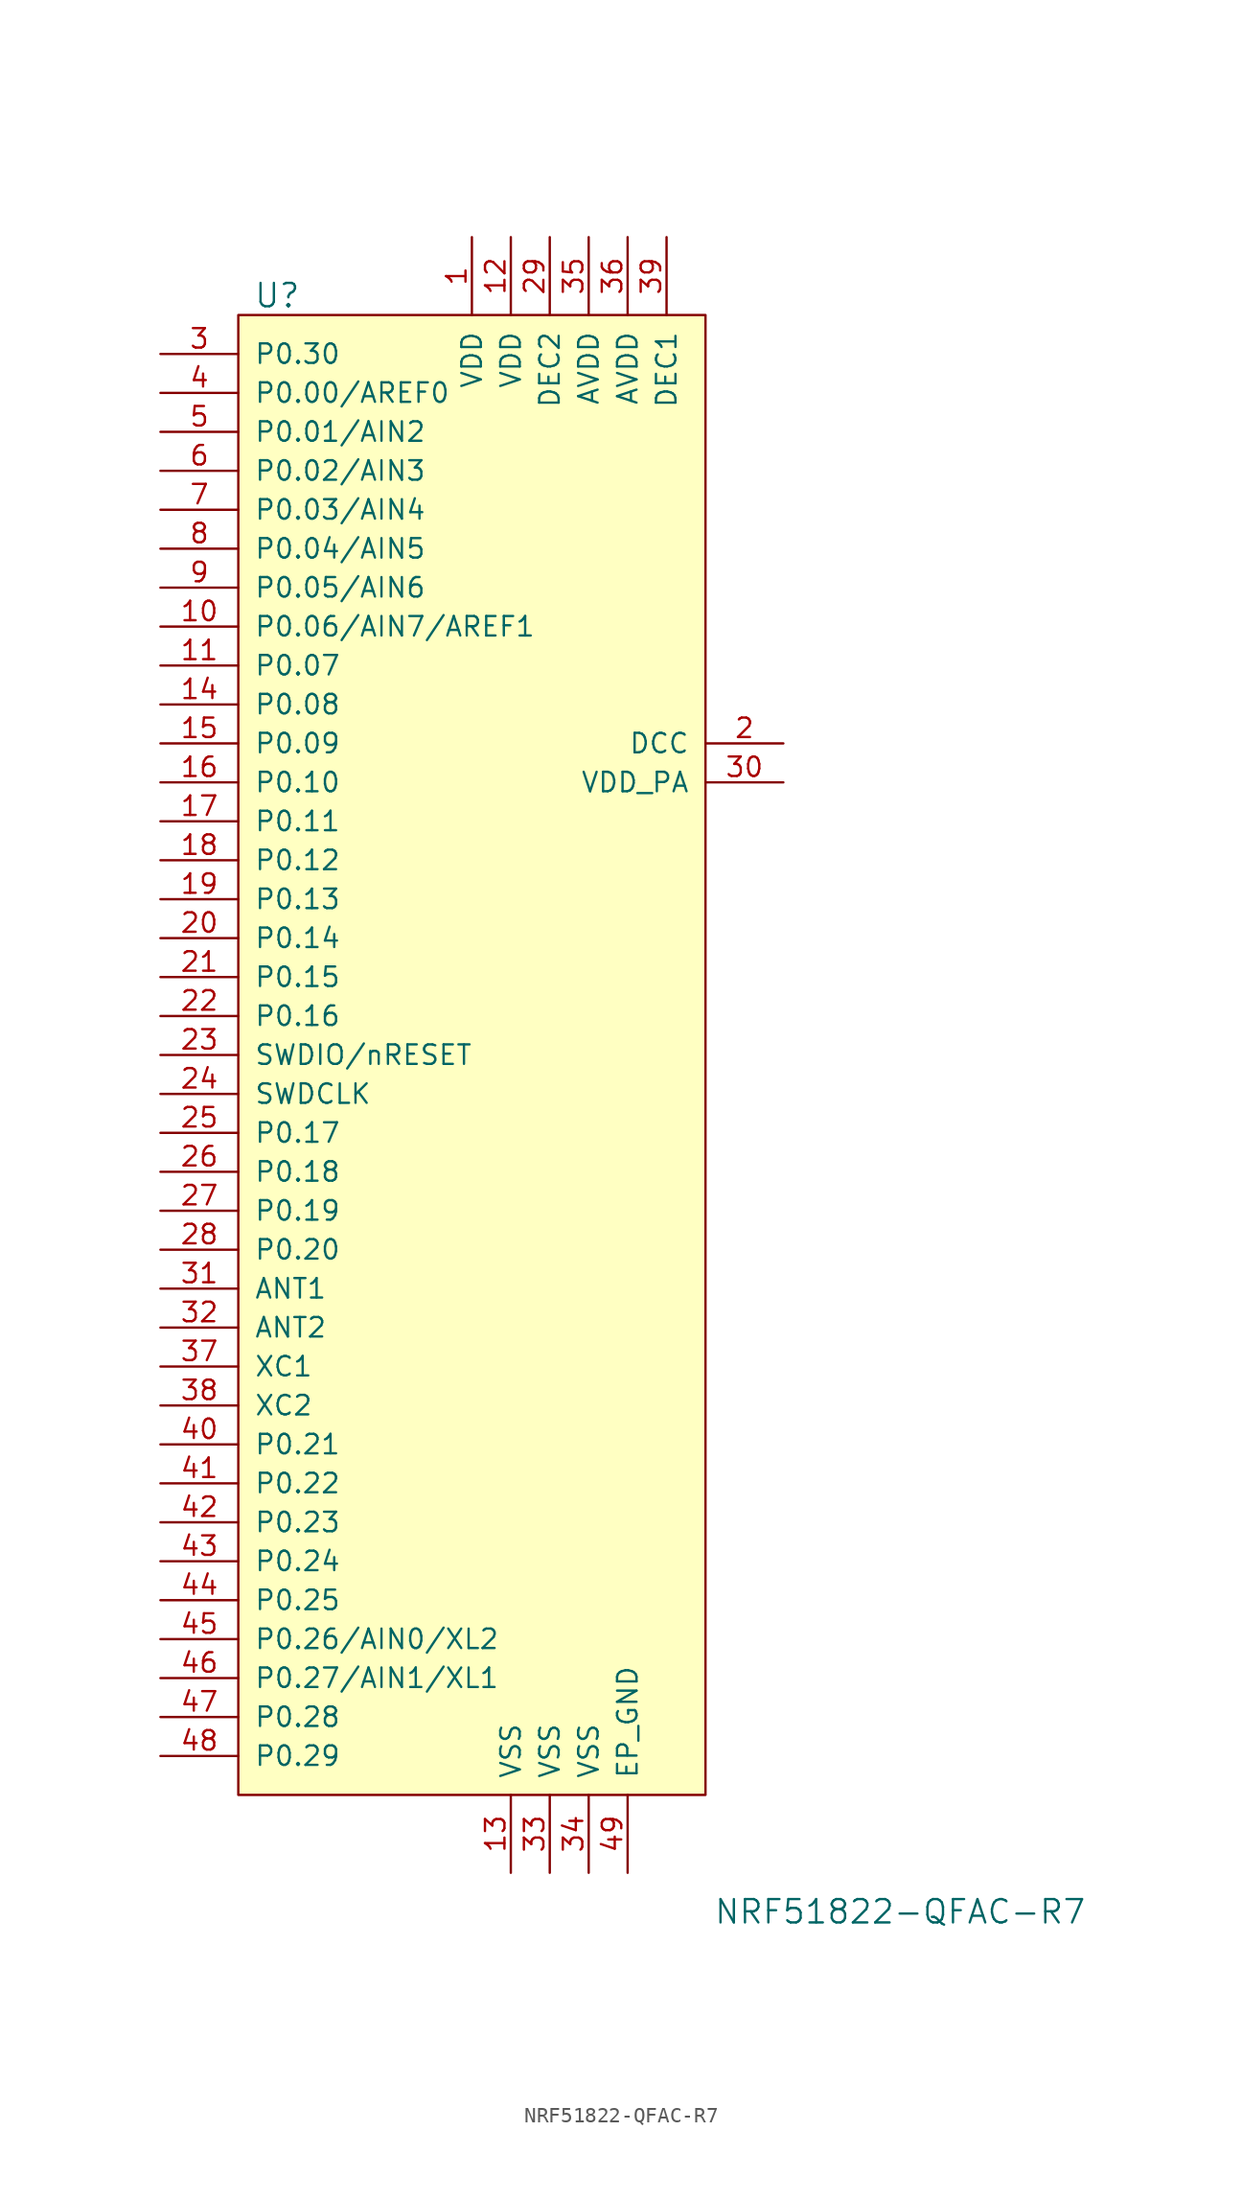
<source format=kicad_sym>
(kicad_symbol_lib
  (version 20220914)
  (generator kicad_symbol_editor)
  (symbol "NRF51822-QFAC-R7"
    (pin_names
      (offset 1.016))
    (property "Reference" "U"
      (at -17.78 44.45 0)
      (effects (font (size 1.524 1.524))))
    (property "Value" "NRF51822-QFAC-R7"
      (at 22.86 -60.96 0)
      (effects (font (size 1.524 1.524))))
    (symbol "NRF51822-QFAC-R7_0_1"
      (rectangle (start -20.32 43.18) (end 10.16 -53.34) (stroke (width 0) (type solid)) (fill (type background))))
    (symbol "NRF51822-QFAC-R7_1_1"
      (pin power_in line (at -5.08 48.26 270) (length 5.08) (name "VDD" (effects (font (size 1.27 1.27)))) (number "1" (effects (font (size 1.27 1.27)))))
      (pin bidirectional line (at -25.4 22.86 0) (length 5.08) (name "P0.06/AIN7/AREF1" (effects (font (size 1.27 1.27)))) (number "10" (effects (font (size 1.27 1.27)))))
      (pin bidirectional line (at -25.4 20.32 0) (length 5.08) (name "P0.07" (effects (font (size 1.27 1.27)))) (number "11" (effects (font (size 1.27 1.27)))))
      (pin power_in line (at -2.54 48.26 270) (length 5.08) (name "VDD" (effects (font (size 1.27 1.27)))) (number "12" (effects (font (size 1.27 1.27)))))
      (pin power_in line (at -2.54 -58.42 90) (length 5.08) (name "VSS" (effects (font (size 1.27 1.27)))) (number "13" (effects (font (size 1.27 1.27)))))
      (pin bidirectional line (at -25.4 17.78 0) (length 5.08) (name "P0.08" (effects (font (size 1.27 1.27)))) (number "14" (effects (font (size 1.27 1.27)))))
      (pin bidirectional line (at -25.4 15.24 0) (length 5.08) (name "P0.09" (effects (font (size 1.27 1.27)))) (number "15" (effects (font (size 1.27 1.27)))))
      (pin bidirectional line (at -25.4 12.7 0) (length 5.08) (name "P0.10" (effects (font (size 1.27 1.27)))) (number "16" (effects (font (size 1.27 1.27)))))
      (pin bidirectional line (at -25.4 10.16 0) (length 5.08) (name "P0.11" (effects (font (size 1.27 1.27)))) (number "17" (effects (font (size 1.27 1.27)))))
      (pin bidirectional line (at -25.4 7.62 0) (length 5.08) (name "P0.12" (effects (font (size 1.27 1.27)))) (number "18" (effects (font (size 1.27 1.27)))))
      (pin bidirectional line (at -25.4 5.08 0) (length 5.08) (name "P0.13" (effects (font (size 1.27 1.27)))) (number "19" (effects (font (size 1.27 1.27)))))
      (pin power_out line (at 15.24 15.24 180) (length 5.08) (name "DCC" (effects (font (size 1.27 1.27)))) (number "2" (effects (font (size 1.27 1.27)))))
      (pin bidirectional line (at -25.4 2.54 0) (length 5.08) (name "P0.14" (effects (font (size 1.27 1.27)))) (number "20" (effects (font (size 1.27 1.27)))))
      (pin bidirectional line (at -25.4 0 0) (length 5.08) (name "P0.15" (effects (font (size 1.27 1.27)))) (number "21" (effects (font (size 1.27 1.27)))))
      (pin bidirectional line (at -25.4 -2.54 0) (length 5.08) (name "P0.16" (effects (font (size 1.27 1.27)))) (number "22" (effects (font (size 1.27 1.27)))))
      (pin bidirectional line (at -25.4 -5.08 0) (length 5.08) (name "SWDIO/nRESET" (effects (font (size 1.27 1.27)))) (number "23" (effects (font (size 1.27 1.27)))))
      (pin input line (at -25.4 -7.62 0) (length 5.08) (name "SWDCLK" (effects (font (size 1.27 1.27)))) (number "24" (effects (font (size 1.27 1.27)))))
      (pin bidirectional line (at -25.4 -10.16 0) (length 5.08) (name "P0.17" (effects (font (size 1.27 1.27)))) (number "25" (effects (font (size 1.27 1.27)))))
      (pin bidirectional line (at -25.4 -12.7 0) (length 5.08) (name "P0.18" (effects (font (size 1.27 1.27)))) (number "26" (effects (font (size 1.27 1.27)))))
      (pin bidirectional line (at -25.4 -15.24 0) (length 5.08) (name "P0.19" (effects (font (size 1.27 1.27)))) (number "27" (effects (font (size 1.27 1.27)))))
      (pin bidirectional line (at -25.4 -17.78 0) (length 5.08) (name "P0.20" (effects (font (size 1.27 1.27)))) (number "28" (effects (font (size 1.27 1.27)))))
      (pin power_in line (at 0 48.26 270) (length 5.08) (name "DEC2" (effects (font (size 1.27 1.27)))) (number "29" (effects (font (size 1.27 1.27)))))
      (pin bidirectional line (at -25.4 40.64 0) (length 5.08) (name "P0.30" (effects (font (size 1.27 1.27)))) (number "3" (effects (font (size 1.27 1.27)))))
      (pin power_out line (at 15.24 12.7 180) (length 5.08) (name "VDD_PA" (effects (font (size 1.27 1.27)))) (number "30" (effects (font (size 1.27 1.27)))))
      (pin input line (at -25.4 -20.32 0) (length 5.08) (name "ANT1" (effects (font (size 1.27 1.27)))) (number "31" (effects (font (size 1.27 1.27)))))
      (pin input line (at -25.4 -22.86 0) (length 5.08) (name "ANT2" (effects (font (size 1.27 1.27)))) (number "32" (effects (font (size 1.27 1.27)))))
      (pin power_in line (at 0 -58.42 90) (length 5.08) (name "VSS" (effects (font (size 1.27 1.27)))) (number "33" (effects (font (size 1.27 1.27)))))
      (pin power_in line (at 2.54 -58.42 90) (length 5.08) (name "VSS" (effects (font (size 1.27 1.27)))) (number "34" (effects (font (size 1.27 1.27)))))
      (pin power_in line (at 2.54 48.26 270) (length 5.08) (name "AVDD" (effects (font (size 1.27 1.27)))) (number "35" (effects (font (size 1.27 1.27)))))
      (pin power_in line (at 5.08 48.26 270) (length 5.08) (name "AVDD" (effects (font (size 1.27 1.27)))) (number "36" (effects (font (size 1.27 1.27)))))
      (pin input line (at -25.4 -25.4 0) (length 5.08) (name "XC1" (effects (font (size 1.27 1.27)))) (number "37" (effects (font (size 1.27 1.27)))))
      (pin input line (at -25.4 -27.94 0) (length 5.08) (name "XC2" (effects (font (size 1.27 1.27)))) (number "38" (effects (font (size 1.27 1.27)))))
      (pin power_in line (at 7.62 48.26 270) (length 5.08) (name "DEC1" (effects (font (size 1.27 1.27)))) (number "39" (effects (font (size 1.27 1.27)))))
      (pin bidirectional line (at -25.4 38.1 0) (length 5.08) (name "P0.00/AREF0" (effects (font (size 1.27 1.27)))) (number "4" (effects (font (size 1.27 1.27)))))
      (pin bidirectional line (at -25.4 -30.48 0) (length 5.08) (name "P0.21" (effects (font (size 1.27 1.27)))) (number "40" (effects (font (size 1.27 1.27)))))
      (pin bidirectional line (at -25.4 -33.02 0) (length 5.08) (name "P0.22" (effects (font (size 1.27 1.27)))) (number "41" (effects (font (size 1.27 1.27)))))
      (pin bidirectional line (at -25.4 -35.56 0) (length 5.08) (name "P0.23" (effects (font (size 1.27 1.27)))) (number "42" (effects (font (size 1.27 1.27)))))
      (pin bidirectional line (at -25.4 -38.1 0) (length 5.08) (name "P0.24" (effects (font (size 1.27 1.27)))) (number "43" (effects (font (size 1.27 1.27)))))
      (pin bidirectional line (at -25.4 -40.64 0) (length 5.08) (name "P0.25" (effects (font (size 1.27 1.27)))) (number "44" (effects (font (size 1.27 1.27)))))
      (pin bidirectional line (at -25.4 -43.18 0) (length 5.08) (name "P0.26/AIN0/XL2" (effects (font (size 1.27 1.27)))) (number "45" (effects (font (size 1.27 1.27)))))
      (pin bidirectional line (at -25.4 -45.72 0) (length 5.08) (name "P0.27/AIN1/XL1" (effects (font (size 1.27 1.27)))) (number "46" (effects (font (size 1.27 1.27)))))
      (pin bidirectional line (at -25.4 -48.26 0) (length 5.08) (name "P0.28" (effects (font (size 1.27 1.27)))) (number "47" (effects (font (size 1.27 1.27)))))
      (pin bidirectional line (at -25.4 -50.8 0) (length 5.08) (name "P0.29" (effects (font (size 1.27 1.27)))) (number "48" (effects (font (size 1.27 1.27)))))
      (pin power_in line (at 5.08 -58.42 90) (length 5.08) (name "EP_GND" (effects (font (size 1.27 1.27)))) (number "49" (effects (font (size 1.27 1.27)))))
      (pin bidirectional line (at -25.4 35.56 0) (length 5.08) (name "P0.01/AIN2" (effects (font (size 1.27 1.27)))) (number "5" (effects (font (size 1.27 1.27)))))
      (pin bidirectional line (at -25.4 33.02 0) (length 5.08) (name "P0.02/AIN3" (effects (font (size 1.27 1.27)))) (number "6" (effects (font (size 1.27 1.27)))))
      (pin bidirectional line (at -25.4 30.48 0) (length 5.08) (name "P0.03/AIN4" (effects (font (size 1.27 1.27)))) (number "7" (effects (font (size 1.27 1.27)))))
      (pin bidirectional line (at -25.4 27.94 0) (length 5.08) (name "P0.04/AIN5" (effects (font (size 1.27 1.27)))) (number "8" (effects (font (size 1.27 1.27)))))
      (pin bidirectional line (at -25.4 25.4 0) (length 5.08) (name "P0.05/AIN6" (effects (font (size 1.27 1.27)))) (number "9" (effects (font (size 1.27 1.27))))))))
</source>
